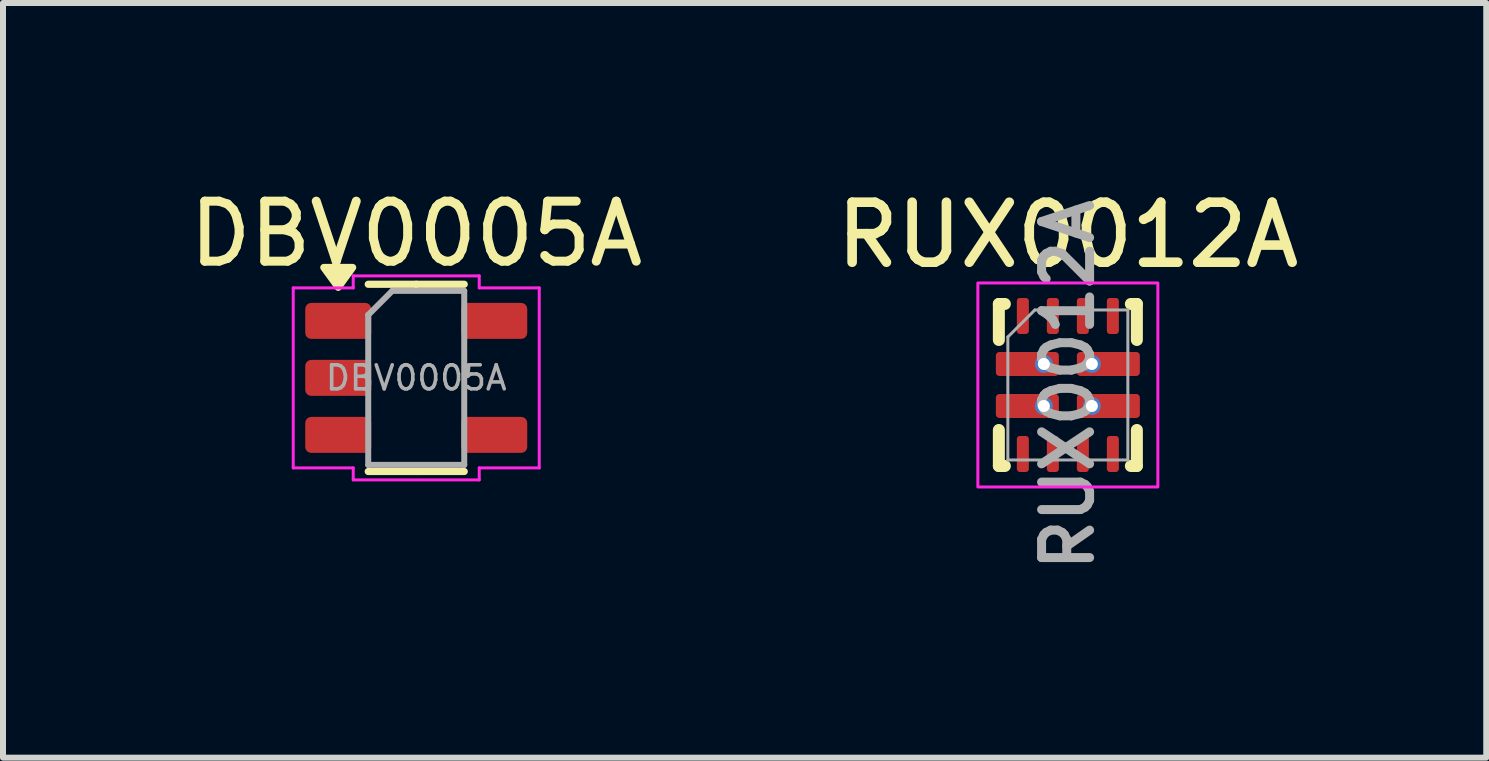
<source format=kicad_pcb>
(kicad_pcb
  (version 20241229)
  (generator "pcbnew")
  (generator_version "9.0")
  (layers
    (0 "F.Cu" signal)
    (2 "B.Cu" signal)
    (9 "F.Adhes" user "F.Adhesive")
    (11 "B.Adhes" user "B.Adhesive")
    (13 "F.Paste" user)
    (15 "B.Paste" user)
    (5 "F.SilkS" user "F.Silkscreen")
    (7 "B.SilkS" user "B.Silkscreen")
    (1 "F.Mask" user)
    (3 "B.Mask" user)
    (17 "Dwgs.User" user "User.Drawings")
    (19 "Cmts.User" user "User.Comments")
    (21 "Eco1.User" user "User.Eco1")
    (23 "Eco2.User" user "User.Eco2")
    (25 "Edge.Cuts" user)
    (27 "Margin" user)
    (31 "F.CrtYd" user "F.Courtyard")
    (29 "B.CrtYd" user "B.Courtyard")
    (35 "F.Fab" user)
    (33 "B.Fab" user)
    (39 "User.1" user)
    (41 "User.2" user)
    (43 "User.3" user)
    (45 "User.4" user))
  (footprint "RUX0012A"
    (layer "F.Cu")
    (at 14.747 3.366)
    (property "Reference" "RUX0012A" (at 0 -2.5 0) (unlocked yes) (layer "F.SilkS") (effects (font (size 1 1) (thickness 0.16))))
    (attr smd)
    (fp_line (start -1.15 -0.75) (end -1.15 -1.35) (stroke (width 0.2) (type default)) (layer "F.SilkS"))
    (fp_line (start -1.15 1.35) (end -1.15 0.75) (stroke (width 0.2) (type default)) (layer "F.SilkS"))
    (fp_line (start -1.05 -1.35) (end -1.15 -1.35) (stroke (width 0.2) (type default)) (layer "F.SilkS"))
    (fp_line (start -1.05 1.35) (end -1.15 1.35) (stroke (width 0.2) (type default)) (layer "F.SilkS"))
    (fp_line (start 1.15 -1.35) (end 1.05 -1.35) (stroke (width 0.2) (type default)) (layer "F.SilkS"))
    (fp_line (start 1.15 -0.75) (end 1.15 -1.35) (stroke (width 0.2) (type default)) (layer "F.SilkS"))
    (fp_line (start 1.15 1.35) (end 1.05 1.35) (stroke (width 0.2) (type default)) (layer "F.SilkS"))
    (fp_line (start 1.15 1.35) (end 1.15 0.75) (stroke (width 0.2) (type default)) (layer "F.SilkS"))
    (fp_rect (start -1.5 -1.7) (end 1.5 1.7) (stroke (width 0.05) (type default)) (fill no) (layer "F.CrtYd"))
    (fp_line (start -1 -0.8) (end -1 1.25) (stroke (width 0.05) (type default)) (layer "F.Fab"))
    (fp_line (start -1 1.25) (end 1 1.25) (stroke (width 0.05) (type default)) (layer "F.Fab"))
    (fp_line (start -0.55 -1.25) (end -1 -0.8) (stroke (width 0.05) (type default)) (layer "F.Fab"))
    (fp_line (start -0.55 -1.25) (end 1 -1.25) (stroke (width 0.05) (type default)) (layer "F.Fab"))
    (fp_line (start 1 1.25) (end 1 -1.25) (stroke (width 0.05) (type default)) (layer "F.Fab"))
    (fp_text user "${REFERENCE}" (at 0 0 90) (unlocked yes) (layer "F.Fab") (effects (font (size 0.8 0.8) (thickness 0.15))))
    (pad "1" smd roundrect (at -0.675 -0.35) (size 1.05 0.4) (layers "F.Cu" "F.Mask" "F.Paste") (roundrect_rratio 0.15))
    (pad "1" thru_hole circle (at -0.4 -0.35) (size 0.3 0.3) (drill 0.2) (layers "*.Cu" "F.Mask"))
    (pad "2" smd roundrect (at -0.675 0.35) (size 1.05 0.4) (layers "F.Cu" "F.Mask" "F.Paste") (roundrect_rratio 0.15))
    (pad "2" thru_hole circle (at -0.4 0.35) (size 0.3 0.3) (drill 0.2) (layers "*.Cu" "F.Mask"))
    (pad "3" smd roundrect (at -0.75 1.15) (size 0.2 0.6) (layers "F.Cu" "F.Mask" "F.Paste") (roundrect_rratio 0.25))
    (pad "4" smd roundrect (at -0.25 1.15) (size 0.2 0.6) (layers "F.Cu" "F.Mask" "F.Paste") (roundrect_rratio 0.25))
    (pad "5" smd roundrect (at 0.25 1.15) (size 0.2 0.6) (layers "F.Cu" "F.Mask" "F.Paste") (roundrect_rratio 0.25))
    (pad "6" smd roundrect (at 0.75 1.15) (size 0.2 0.6) (layers "F.Cu" "F.Mask" "F.Paste") (roundrect_rratio 0.25))
    (pad "7" thru_hole circle (at 0.4 0.35) (size 0.3 0.3) (drill 0.2) (layers "*.Cu" "F.Mask"))
    (pad "7" smd roundrect (at 0.675 0.35) (size 1.05 0.4) (layers "F.Cu" "F.Mask" "F.Paste") (roundrect_rratio 0.15))
    (pad "8" thru_hole circle (at 0.4 -0.35) (size 0.3 0.3) (drill 0.2) (layers "*.Cu" "F.Mask"))
    (pad "8" smd roundrect (at 0.675 -0.35) (size 1.05 0.4) (layers "F.Cu" "F.Mask" "F.Paste") (roundrect_rratio 0.15))
    (pad "9" smd roundrect (at 0.75 -1.15) (size 0.2 0.6) (layers "F.Cu" "F.Mask" "F.Paste") (roundrect_rratio 0.25))
    (pad "10" smd roundrect (at 0.25 -1.15) (size 0.2 0.6) (layers "F.Cu" "F.Mask" "F.Paste") (roundrect_rratio 0.25))
    (pad "11" smd roundrect (at -0.25 -1.15) (size 0.2 0.6) (layers "F.Cu" "F.Mask" "F.Paste") (roundrect_rratio 0.25))
    (pad "12" smd roundrect (at -0.75 -1.15) (size 0.2 0.6) (layers "F.Cu" "F.Mask" "F.Paste") (roundrect_rratio 0.25)))
  (footprint "DBV0005A"
    (layer "F.Cu")
    (at 3.887 3.248)
    (property "Reference" "DBV0005A" (at 0 -2.4 0) (layer "F.SilkS") (effects (font (size 1 1) (thickness 0.15))))
    (attr smd)
    (fp_line (start 0 -1.56) (end -0.8 -1.56) (stroke (width 0.12) (type solid)) (layer "F.SilkS"))
    (fp_line (start 0 -1.56) (end 0.8 -1.56) (stroke (width 0.12) (type solid)) (layer "F.SilkS"))
    (fp_line (start 0 1.56) (end -0.8 1.56) (stroke (width 0.12) (type solid)) (layer "F.SilkS"))
    (fp_line (start 0 1.56) (end 0.8 1.56) (stroke (width 0.12) (type solid)) (layer "F.SilkS"))
    (fp_poly (pts (xy -1.3 -1.51) (xy -1.54 -1.84) (xy -1.06 -1.84)) (stroke (width 0.12) (type solid)) (fill yes) (layer "F.SilkS"))
    (fp_line (start -2.05 -1.5) (end -1.05 -1.5) (stroke (width 0.05) (type solid)) (layer "F.CrtYd"))
    (fp_line (start -2.05 1.5) (end -2.05 -1.5) (stroke (width 0.05) (type solid)) (layer "F.CrtYd"))
    (fp_line (start -1.05 -1.7) (end 1.05 -1.7) (stroke (width 0.05) (type solid)) (layer "F.CrtYd"))
    (fp_line (start -1.05 -1.5) (end -1.05 -1.7) (stroke (width 0.05) (type solid)) (layer "F.CrtYd"))
    (fp_line (start -1.05 1.5) (end -2.05 1.5) (stroke (width 0.05) (type solid)) (layer "F.CrtYd"))
    (fp_line (start -1.05 1.7) (end -1.05 1.5) (stroke (width 0.05) (type solid)) (layer "F.CrtYd"))
    (fp_line (start 1.05 -1.7) (end 1.05 -1.5) (stroke (width 0.05) (type solid)) (layer "F.CrtYd"))
    (fp_line (start 1.05 -1.5) (end 2.05 -1.5) (stroke (width 0.05) (type solid)) (layer "F.CrtYd"))
    (fp_line (start 1.05 1.5) (end 1.05 1.7) (stroke (width 0.05) (type solid)) (layer "F.CrtYd"))
    (fp_line (start 1.05 1.7) (end -1.05 1.7) (stroke (width 0.05) (type solid)) (layer "F.CrtYd"))
    (fp_line (start 2.05 -1.5) (end 2.05 1.5) (stroke (width 0.05) (type solid)) (layer "F.CrtYd"))
    (fp_line (start 2.05 1.5) (end 1.05 1.5) (stroke (width 0.05) (type solid)) (layer "F.CrtYd"))
    (fp_line (start -0.8 -1.05) (end -0.4 -1.45) (stroke (width 0.1) (type solid)) (layer "F.Fab"))
    (fp_line (start -0.8 1.45) (end -0.8 -1.05) (stroke (width 0.1) (type solid)) (layer "F.Fab"))
    (fp_line (start -0.4 -1.45) (end 0.8 -1.45) (stroke (width 0.1) (type solid)) (layer "F.Fab"))
    (fp_line (start 0.8 -1.45) (end 0.8 1.45) (stroke (width 0.1) (type solid)) (layer "F.Fab"))
    (fp_line (start 0.8 1.45) (end -0.8 1.45) (stroke (width 0.1) (type solid)) (layer "F.Fab"))
    (fp_text user "${REFERENCE}" (at 0 0 0) (layer "F.Fab") (effects (font (size 0.4 0.4) (thickness 0.06))))
    (pad "1" smd roundrect (at -1.3 -0.95) (size 1.1 0.6) (layers "F.Cu" "F.Mask" "F.Paste") (roundrect_rratio 0.167))
    (pad "2" smd roundrect (at -1.3 0) (size 1.1 0.6) (layers "F.Cu" "F.Mask" "F.Paste") (roundrect_rratio 0.167))
    (pad "3" smd roundrect (at -1.3 0.95) (size 1.1 0.6) (layers "F.Cu" "F.Mask" "F.Paste") (roundrect_rratio 0.167))
    (pad "4" smd roundrect (at 1.3 0.95) (size 1.1 0.6) (layers "F.Cu" "F.Mask" "F.Paste") (roundrect_rratio 0.167))
    (pad "5" smd roundrect (at 1.3 -0.95) (size 1.1 0.6) (layers "F.Cu" "F.Mask" "F.Paste") (roundrect_rratio 0.167)))
  (gr_rect
    (start -3 -3)
    (end 21.72 9.577)
    (stroke (width 0.1) (type default))
    (fill no)
    (layer "Edge.Cuts")))
</source>
